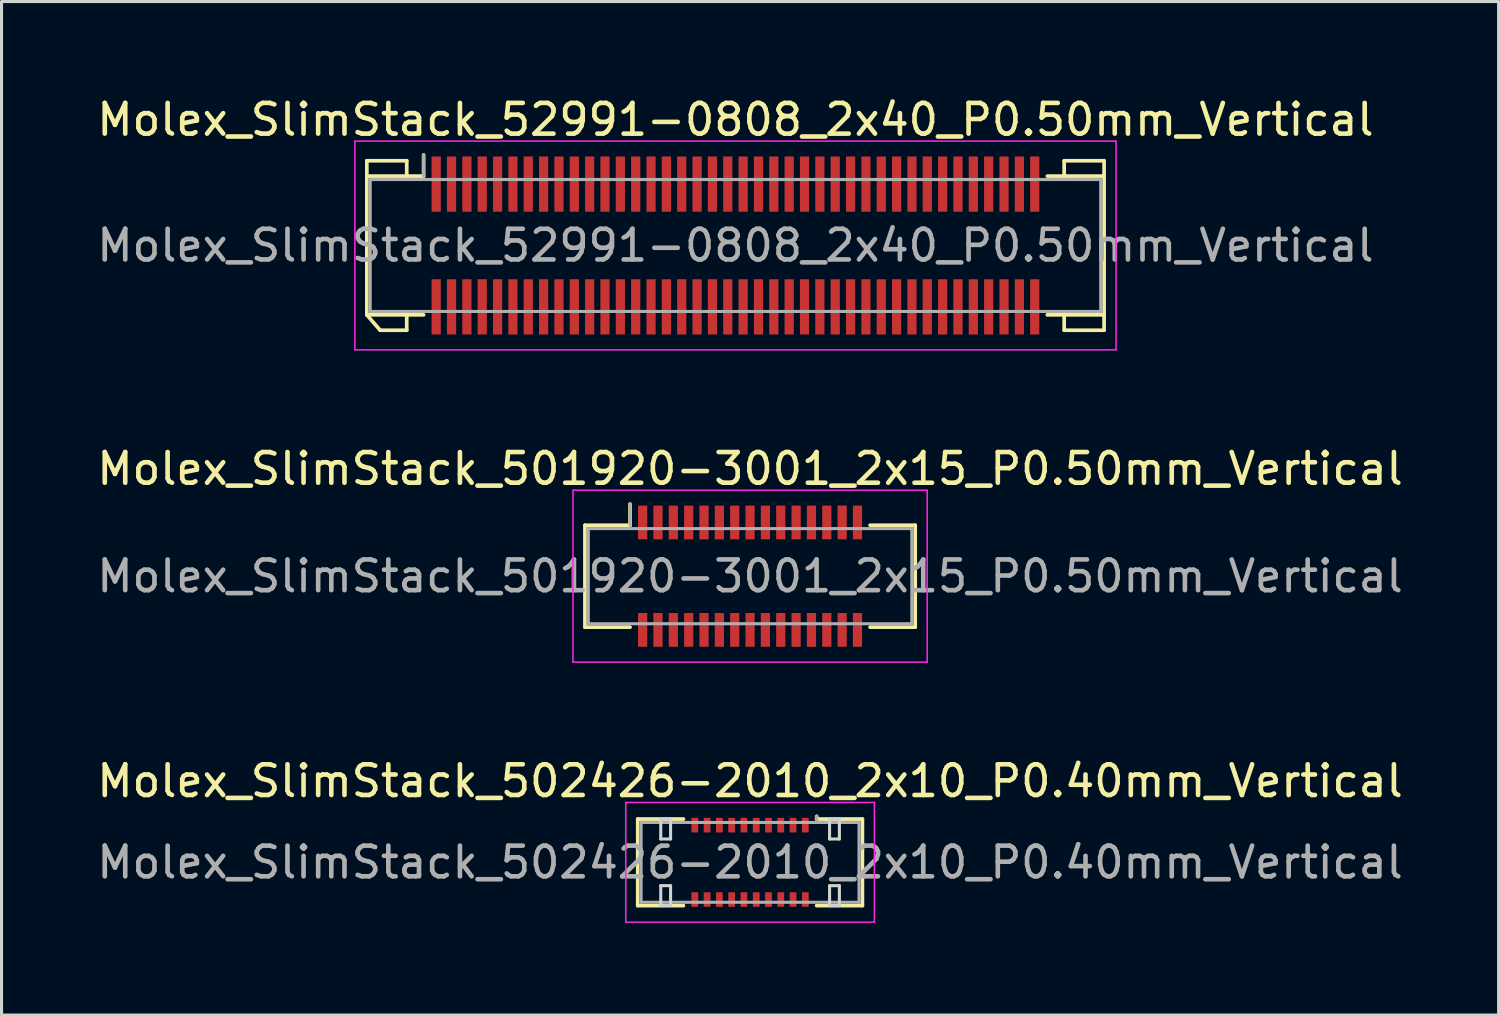
<source format=kicad_pcb>
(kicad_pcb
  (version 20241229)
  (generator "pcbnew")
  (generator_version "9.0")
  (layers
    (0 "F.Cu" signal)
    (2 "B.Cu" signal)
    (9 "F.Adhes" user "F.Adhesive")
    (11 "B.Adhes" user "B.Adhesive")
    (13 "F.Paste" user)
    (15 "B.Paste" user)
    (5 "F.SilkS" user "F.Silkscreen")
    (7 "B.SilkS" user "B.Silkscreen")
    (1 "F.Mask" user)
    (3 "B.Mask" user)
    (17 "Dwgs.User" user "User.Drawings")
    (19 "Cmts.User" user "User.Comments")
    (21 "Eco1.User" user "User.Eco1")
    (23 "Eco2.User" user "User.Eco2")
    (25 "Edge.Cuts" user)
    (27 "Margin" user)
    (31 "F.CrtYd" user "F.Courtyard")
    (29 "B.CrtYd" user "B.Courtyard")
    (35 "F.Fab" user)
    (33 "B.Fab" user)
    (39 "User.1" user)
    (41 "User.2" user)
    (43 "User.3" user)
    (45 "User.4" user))
  (footprint "Molex_SlimStack_52991-0808_2x40_P0.50mm_Vertical"
    (layer "F.Cu")
    (at 20.911 4.948)
    (property "Reference" "Molex_SlimStack_52991-0808_2x40_P0.50mm_Vertical" (at 0 -4.1 0) (layer "F.SilkS") (effects (font (size 1 1) (thickness 0.15))))
    (attr smd)
    (fp_line (start -12.01 -2.76) (end -10.71 -2.76) (stroke (width 0.12) (type solid)) (layer "F.SilkS"))
    (fp_line (start -12.01 -2.26) (end -12.01 -2.76) (stroke (width 0.12) (type solid)) (layer "F.SilkS"))
    (fp_line (start -12.01 -2.26) (end -10.16 -2.26) (stroke (width 0.12) (type solid)) (layer "F.SilkS"))
    (fp_line (start -12.01 2.26) (end -12.01 -2.26) (stroke (width 0.12) (type solid)) (layer "F.SilkS"))
    (fp_line (start -12.01 2.26) (end -11.577 2.76) (stroke (width 0.12) (type solid)) (layer "F.SilkS"))
    (fp_line (start -11.577 2.76) (end -10.71 2.76) (stroke (width 0.12) (type solid)) (layer "F.SilkS"))
    (fp_line (start -10.71 -2.76) (end -10.71 -2.26) (stroke (width 0.12) (type solid)) (layer "F.SilkS"))
    (fp_line (start -10.71 2.76) (end -10.71 2.26) (stroke (width 0.12) (type solid)) (layer "F.SilkS"))
    (fp_line (start -10.16 -2.26) (end -10.16 -2.95) (stroke (width 0.12) (type solid)) (layer "F.SilkS"))
    (fp_line (start -10.16 2.26) (end -12.01 2.26) (stroke (width 0.12) (type solid)) (layer "F.SilkS"))
    (fp_line (start 10.16 2.26) (end 12.01 2.26) (stroke (width 0.12) (type solid)) (layer "F.SilkS"))
    (fp_line (start 10.71 -2.76) (end 10.71 -2.26) (stroke (width 0.12) (type solid)) (layer "F.SilkS"))
    (fp_line (start 10.71 2.76) (end 10.71 2.26) (stroke (width 0.12) (type solid)) (layer "F.SilkS"))
    (fp_line (start 12.01 -2.76) (end 10.71 -2.76) (stroke (width 0.12) (type solid)) (layer "F.SilkS"))
    (fp_line (start 12.01 -2.26) (end 10.16 -2.26) (stroke (width 0.12) (type solid)) (layer "F.SilkS"))
    (fp_line (start 12.01 -2.26) (end 12.01 -2.76) (stroke (width 0.12) (type solid)) (layer "F.SilkS"))
    (fp_line (start 12.01 2.26) (end 12.01 -2.26) (stroke (width 0.12) (type solid)) (layer "F.SilkS"))
    (fp_line (start 12.01 2.26) (end 12.01 2.76) (stroke (width 0.12) (type solid)) (layer "F.SilkS"))
    (fp_line (start 12.01 2.76) (end 10.71 2.76) (stroke (width 0.12) (type solid)) (layer "F.SilkS"))
    (fp_line (start -12.4 -3.4) (end -12.4 3.4) (stroke (width 0.05) (type solid)) (layer "F.CrtYd"))
    (fp_line (start -12.4 3.4) (end 12.4 3.4) (stroke (width 0.05) (type solid)) (layer "F.CrtYd"))
    (fp_line (start 12.4 -3.4) (end -12.4 -3.4) (stroke (width 0.05) (type solid)) (layer "F.CrtYd"))
    (fp_line (start 12.4 3.4) (end 12.4 -3.4) (stroke (width 0.05) (type solid)) (layer "F.CrtYd"))
    (fp_line (start -11.9 -2.15) (end -11.9 2.15) (stroke (width 0.1) (type solid)) (layer "F.Fab"))
    (fp_line (start -11.9 2.15) (end 11.9 2.15) (stroke (width 0.1) (type solid)) (layer "F.Fab"))
    (fp_line (start -10.16 -2.26) (end -10.16 -2.95) (stroke (width 0.1) (type solid)) (layer "F.Fab"))
    (fp_line (start 11.9 -2.15) (end -11.9 -2.15) (stroke (width 0.1) (type solid)) (layer "F.Fab"))
    (fp_line (start 11.9 2.15) (end 11.9 -2.15) (stroke (width 0.1) (type solid)) (layer "F.Fab"))
    (fp_text user "${REFERENCE}" (at 0 0 0) (layer "F.Fab") (effects (font (size 1 1) (thickness 0.15))))
    (pad "1" smd rect (at -9.75 -2) (size 0.3 1.8) (layers "F.Cu" "F.Mask" "F.Paste"))
    (pad "2" smd rect (at -9.75 2) (size 0.3 1.8) (layers "F.Cu" "F.Mask" "F.Paste"))
    (pad "3" smd rect (at -9.25 -2) (size 0.3 1.8) (layers "F.Cu" "F.Mask" "F.Paste"))
    (pad "4" smd rect (at -9.25 2) (size 0.3 1.8) (layers "F.Cu" "F.Mask" "F.Paste"))
    (pad "5" smd rect (at -8.75 -2) (size 0.3 1.8) (layers "F.Cu" "F.Mask" "F.Paste"))
    (pad "6" smd rect (at -8.75 2) (size 0.3 1.8) (layers "F.Cu" "F.Mask" "F.Paste"))
    (pad "7" smd rect (at -8.25 -2) (size 0.3 1.8) (layers "F.Cu" "F.Mask" "F.Paste"))
    (pad "8" smd rect (at -8.25 2) (size 0.3 1.8) (layers "F.Cu" "F.Mask" "F.Paste"))
    (pad "9" smd rect (at -7.75 -2) (size 0.3 1.8) (layers "F.Cu" "F.Mask" "F.Paste"))
    (pad "10" smd rect (at -7.75 2) (size 0.3 1.8) (layers "F.Cu" "F.Mask" "F.Paste"))
    (pad "11" smd rect (at -7.25 -2) (size 0.3 1.8) (layers "F.Cu" "F.Mask" "F.Paste"))
    (pad "12" smd rect (at -7.25 2) (size 0.3 1.8) (layers "F.Cu" "F.Mask" "F.Paste"))
    (pad "13" smd rect (at -6.75 -2) (size 0.3 1.8) (layers "F.Cu" "F.Mask" "F.Paste"))
    (pad "14" smd rect (at -6.75 2) (size 0.3 1.8) (layers "F.Cu" "F.Mask" "F.Paste"))
    (pad "15" smd rect (at -6.25 -2) (size 0.3 1.8) (layers "F.Cu" "F.Mask" "F.Paste"))
    (pad "16" smd rect (at -6.25 2) (size 0.3 1.8) (layers "F.Cu" "F.Mask" "F.Paste"))
    (pad "17" smd rect (at -5.75 -2) (size 0.3 1.8) (layers "F.Cu" "F.Mask" "F.Paste"))
    (pad "18" smd rect (at -5.75 2) (size 0.3 1.8) (layers "F.Cu" "F.Mask" "F.Paste"))
    (pad "19" smd rect (at -5.25 -2) (size 0.3 1.8) (layers "F.Cu" "F.Mask" "F.Paste"))
    (pad "20" smd rect (at -5.25 2) (size 0.3 1.8) (layers "F.Cu" "F.Mask" "F.Paste"))
    (pad "21" smd rect (at -4.75 -2) (size 0.3 1.8) (layers "F.Cu" "F.Mask" "F.Paste"))
    (pad "22" smd rect (at -4.75 2) (size 0.3 1.8) (layers "F.Cu" "F.Mask" "F.Paste"))
    (pad "23" smd rect (at -4.25 -2) (size 0.3 1.8) (layers "F.Cu" "F.Mask" "F.Paste"))
    (pad "24" smd rect (at -4.25 2) (size 0.3 1.8) (layers "F.Cu" "F.Mask" "F.Paste"))
    (pad "25" smd rect (at -3.75 -2) (size 0.3 1.8) (layers "F.Cu" "F.Mask" "F.Paste"))
    (pad "26" smd rect (at -3.75 2) (size 0.3 1.8) (layers "F.Cu" "F.Mask" "F.Paste"))
    (pad "27" smd rect (at -3.25 -2) (size 0.3 1.8) (layers "F.Cu" "F.Mask" "F.Paste"))
    (pad "28" smd rect (at -3.25 2) (size 0.3 1.8) (layers "F.Cu" "F.Mask" "F.Paste"))
    (pad "29" smd rect (at -2.75 -2) (size 0.3 1.8) (layers "F.Cu" "F.Mask" "F.Paste"))
    (pad "30" smd rect (at -2.75 2) (size 0.3 1.8) (layers "F.Cu" "F.Mask" "F.Paste"))
    (pad "31" smd rect (at -2.25 -2) (size 0.3 1.8) (layers "F.Cu" "F.Mask" "F.Paste"))
    (pad "32" smd rect (at -2.25 2) (size 0.3 1.8) (layers "F.Cu" "F.Mask" "F.Paste"))
    (pad "33" smd rect (at -1.75 -2) (size 0.3 1.8) (layers "F.Cu" "F.Mask" "F.Paste"))
    (pad "34" smd rect (at -1.75 2) (size 0.3 1.8) (layers "F.Cu" "F.Mask" "F.Paste"))
    (pad "35" smd rect (at -1.25 -2) (size 0.3 1.8) (layers "F.Cu" "F.Mask" "F.Paste"))
    (pad "36" smd rect (at -1.25 2) (size 0.3 1.8) (layers "F.Cu" "F.Mask" "F.Paste"))
    (pad "37" smd rect (at -0.75 -2) (size 0.3 1.8) (layers "F.Cu" "F.Mask" "F.Paste"))
    (pad "38" smd rect (at -0.75 2) (size 0.3 1.8) (layers "F.Cu" "F.Mask" "F.Paste"))
    (pad "39" smd rect (at -0.25 -2) (size 0.3 1.8) (layers "F.Cu" "F.Mask" "F.Paste"))
    (pad "40" smd rect (at -0.25 2) (size 0.3 1.8) (layers "F.Cu" "F.Mask" "F.Paste"))
    (pad "41" smd rect (at 0.25 -2) (size 0.3 1.8) (layers "F.Cu" "F.Mask" "F.Paste"))
    (pad "42" smd rect (at 0.25 2) (size 0.3 1.8) (layers "F.Cu" "F.Mask" "F.Paste"))
    (pad "43" smd rect (at 0.75 -2) (size 0.3 1.8) (layers "F.Cu" "F.Mask" "F.Paste"))
    (pad "44" smd rect (at 0.75 2) (size 0.3 1.8) (layers "F.Cu" "F.Mask" "F.Paste"))
    (pad "45" smd rect (at 1.25 -2) (size 0.3 1.8) (layers "F.Cu" "F.Mask" "F.Paste"))
    (pad "46" smd rect (at 1.25 2) (size 0.3 1.8) (layers "F.Cu" "F.Mask" "F.Paste"))
    (pad "47" smd rect (at 1.75 -2) (size 0.3 1.8) (layers "F.Cu" "F.Mask" "F.Paste"))
    (pad "48" smd rect (at 1.75 2) (size 0.3 1.8) (layers "F.Cu" "F.Mask" "F.Paste"))
    (pad "49" smd rect (at 2.25 -2) (size 0.3 1.8) (layers "F.Cu" "F.Mask" "F.Paste"))
    (pad "50" smd rect (at 2.25 2) (size 0.3 1.8) (layers "F.Cu" "F.Mask" "F.Paste"))
    (pad "51" smd rect (at 2.75 -2) (size 0.3 1.8) (layers "F.Cu" "F.Mask" "F.Paste"))
    (pad "52" smd rect (at 2.75 2) (size 0.3 1.8) (layers "F.Cu" "F.Mask" "F.Paste"))
    (pad "53" smd rect (at 3.25 -2) (size 0.3 1.8) (layers "F.Cu" "F.Mask" "F.Paste"))
    (pad "54" smd rect (at 3.25 2) (size 0.3 1.8) (layers "F.Cu" "F.Mask" "F.Paste"))
    (pad "55" smd rect (at 3.75 -2) (size 0.3 1.8) (layers "F.Cu" "F.Mask" "F.Paste"))
    (pad "56" smd rect (at 3.75 2) (size 0.3 1.8) (layers "F.Cu" "F.Mask" "F.Paste"))
    (pad "57" smd rect (at 4.25 -2) (size 0.3 1.8) (layers "F.Cu" "F.Mask" "F.Paste"))
    (pad "58" smd rect (at 4.25 2) (size 0.3 1.8) (layers "F.Cu" "F.Mask" "F.Paste"))
    (pad "59" smd rect (at 4.75 -2) (size 0.3 1.8) (layers "F.Cu" "F.Mask" "F.Paste"))
    (pad "60" smd rect (at 4.75 2) (size 0.3 1.8) (layers "F.Cu" "F.Mask" "F.Paste"))
    (pad "61" smd rect (at 5.25 -2) (size 0.3 1.8) (layers "F.Cu" "F.Mask" "F.Paste"))
    (pad "62" smd rect (at 5.25 2) (size 0.3 1.8) (layers "F.Cu" "F.Mask" "F.Paste"))
    (pad "63" smd rect (at 5.75 -2) (size 0.3 1.8) (layers "F.Cu" "F.Mask" "F.Paste"))
    (pad "64" smd rect (at 5.75 2) (size 0.3 1.8) (layers "F.Cu" "F.Mask" "F.Paste"))
    (pad "65" smd rect (at 6.25 -2) (size 0.3 1.8) (layers "F.Cu" "F.Mask" "F.Paste"))
    (pad "66" smd rect (at 6.25 2) (size 0.3 1.8) (layers "F.Cu" "F.Mask" "F.Paste"))
    (pad "67" smd rect (at 6.75 -2) (size 0.3 1.8) (layers "F.Cu" "F.Mask" "F.Paste"))
    (pad "68" smd rect (at 6.75 2) (size 0.3 1.8) (layers "F.Cu" "F.Mask" "F.Paste"))
    (pad "69" smd rect (at 7.25 -2) (size 0.3 1.8) (layers "F.Cu" "F.Mask" "F.Paste"))
    (pad "70" smd rect (at 7.25 2) (size 0.3 1.8) (layers "F.Cu" "F.Mask" "F.Paste"))
    (pad "71" smd rect (at 7.75 -2) (size 0.3 1.8) (layers "F.Cu" "F.Mask" "F.Paste"))
    (pad "72" smd rect (at 7.75 2) (size 0.3 1.8) (layers "F.Cu" "F.Mask" "F.Paste"))
    (pad "73" smd rect (at 8.25 -2) (size 0.3 1.8) (layers "F.Cu" "F.Mask" "F.Paste"))
    (pad "74" smd rect (at 8.25 2) (size 0.3 1.8) (layers "F.Cu" "F.Mask" "F.Paste"))
    (pad "75" smd rect (at 8.75 -2) (size 0.3 1.8) (layers "F.Cu" "F.Mask" "F.Paste"))
    (pad "76" smd rect (at 8.75 2) (size 0.3 1.8) (layers "F.Cu" "F.Mask" "F.Paste"))
    (pad "77" smd rect (at 9.25 -2) (size 0.3 1.8) (layers "F.Cu" "F.Mask" "F.Paste"))
    (pad "78" smd rect (at 9.25 2) (size 0.3 1.8) (layers "F.Cu" "F.Mask" "F.Paste"))
    (pad "79" smd rect (at 9.75 -2) (size 0.3 1.8) (layers "F.Cu" "F.Mask" "F.Paste"))
    (pad "80" smd rect (at 9.75 2) (size 0.3 1.8) (layers "F.Cu" "F.Mask" "F.Paste")))
  (footprint "Molex_SlimStack_501920-3001_2x15_P0.50mm_Vertical"
    (layer "F.Cu")
    (at 21.387 15.722)
    (property "Reference" "Molex_SlimStack_501920-3001_2x15_P0.50mm_Vertical" (at 0 -3.5 0) (layer "F.SilkS") (effects (font (size 1 1) (thickness 0.15))))
    (attr smd)
    (fp_line (start -5.38 -1.66) (end -3.91 -1.66) (stroke (width 0.12) (type solid)) (layer "F.SilkS"))
    (fp_line (start -5.38 1.66) (end -5.38 -1.66) (stroke (width 0.12) (type solid)) (layer "F.SilkS"))
    (fp_line (start -3.91 -1.66) (end -3.91 -2.35) (stroke (width 0.12) (type solid)) (layer "F.SilkS"))
    (fp_line (start -3.91 1.66) (end -5.38 1.66) (stroke (width 0.12) (type solid)) (layer "F.SilkS"))
    (fp_line (start 3.91 1.66) (end 5.38 1.66) (stroke (width 0.12) (type solid)) (layer "F.SilkS"))
    (fp_line (start 5.38 -1.66) (end 3.91 -1.66) (stroke (width 0.12) (type solid)) (layer "F.SilkS"))
    (fp_line (start 5.38 1.66) (end 5.38 -1.66) (stroke (width 0.12) (type solid)) (layer "F.SilkS"))
    (fp_line (start -5.77 -2.8) (end -5.77 2.8) (stroke (width 0.05) (type solid)) (layer "F.CrtYd"))
    (fp_line (start -5.77 2.8) (end 5.77 2.8) (stroke (width 0.05) (type solid)) (layer "F.CrtYd"))
    (fp_line (start 5.77 -2.8) (end -5.77 -2.8) (stroke (width 0.05) (type solid)) (layer "F.CrtYd"))
    (fp_line (start 5.77 2.8) (end 5.77 -2.8) (stroke (width 0.05) (type solid)) (layer "F.CrtYd"))
    (fp_line (start -5.27 -1.55) (end -5.27 1.55) (stroke (width 0.1) (type solid)) (layer "F.Fab"))
    (fp_line (start -5.27 1.55) (end 5.27 1.55) (stroke (width 0.1) (type solid)) (layer "F.Fab"))
    (fp_line (start -3.91 -1.66) (end -3.91 -2.35) (stroke (width 0.1) (type solid)) (layer "F.Fab"))
    (fp_line (start 5.27 -1.55) (end -5.27 -1.55) (stroke (width 0.1) (type solid)) (layer "F.Fab"))
    (fp_line (start 5.27 1.55) (end 5.27 -1.55) (stroke (width 0.1) (type solid)) (layer "F.Fab"))
    (fp_text user "${REFERENCE}" (at 0 0 0) (layer "F.Fab") (effects (font (size 1 1) (thickness 0.15))))
    (pad "1" smd rect (at -3.5 -1.75) (size 0.3 1.1) (layers "F.Cu" "F.Mask" "F.Paste"))
    (pad "2" smd rect (at -3.5 1.75) (size 0.3 1.1) (layers "F.Cu" "F.Mask" "F.Paste"))
    (pad "3" smd rect (at -3 -1.75) (size 0.3 1.1) (layers "F.Cu" "F.Mask" "F.Paste"))
    (pad "4" smd rect (at -3 1.75) (size 0.3 1.1) (layers "F.Cu" "F.Mask" "F.Paste"))
    (pad "5" smd rect (at -2.5 -1.75) (size 0.3 1.1) (layers "F.Cu" "F.Mask" "F.Paste"))
    (pad "6" smd rect (at -2.5 1.75) (size 0.3 1.1) (layers "F.Cu" "F.Mask" "F.Paste"))
    (pad "7" smd rect (at -2 -1.75) (size 0.3 1.1) (layers "F.Cu" "F.Mask" "F.Paste"))
    (pad "8" smd rect (at -2 1.75) (size 0.3 1.1) (layers "F.Cu" "F.Mask" "F.Paste"))
    (pad "9" smd rect (at -1.5 -1.75) (size 0.3 1.1) (layers "F.Cu" "F.Mask" "F.Paste"))
    (pad "10" smd rect (at -1.5 1.75) (size 0.3 1.1) (layers "F.Cu" "F.Mask" "F.Paste"))
    (pad "11" smd rect (at -1 -1.75) (size 0.3 1.1) (layers "F.Cu" "F.Mask" "F.Paste"))
    (pad "12" smd rect (at -1 1.75) (size 0.3 1.1) (layers "F.Cu" "F.Mask" "F.Paste"))
    (pad "13" smd rect (at -0.5 -1.75) (size 0.3 1.1) (layers "F.Cu" "F.Mask" "F.Paste"))
    (pad "14" smd rect (at -0.5 1.75) (size 0.3 1.1) (layers "F.Cu" "F.Mask" "F.Paste"))
    (pad "15" smd rect (at 0 -1.75) (size 0.3 1.1) (layers "F.Cu" "F.Mask" "F.Paste"))
    (pad "16" smd rect (at 0 1.75) (size 0.3 1.1) (layers "F.Cu" "F.Mask" "F.Paste"))
    (pad "17" smd rect (at 0.5 -1.75) (size 0.3 1.1) (layers "F.Cu" "F.Mask" "F.Paste"))
    (pad "18" smd rect (at 0.5 1.75) (size 0.3 1.1) (layers "F.Cu" "F.Mask" "F.Paste"))
    (pad "19" smd rect (at 1 -1.75) (size 0.3 1.1) (layers "F.Cu" "F.Mask" "F.Paste"))
    (pad "20" smd rect (at 1 1.75) (size 0.3 1.1) (layers "F.Cu" "F.Mask" "F.Paste"))
    (pad "21" smd rect (at 1.5 -1.75) (size 0.3 1.1) (layers "F.Cu" "F.Mask" "F.Paste"))
    (pad "22" smd rect (at 1.5 1.75) (size 0.3 1.1) (layers "F.Cu" "F.Mask" "F.Paste"))
    (pad "23" smd rect (at 2 -1.75) (size 0.3 1.1) (layers "F.Cu" "F.Mask" "F.Paste"))
    (pad "24" smd rect (at 2 1.75) (size 0.3 1.1) (layers "F.Cu" "F.Mask" "F.Paste"))
    (pad "25" smd rect (at 2.5 -1.75) (size 0.3 1.1) (layers "F.Cu" "F.Mask" "F.Paste"))
    (pad "26" smd rect (at 2.5 1.75) (size 0.3 1.1) (layers "F.Cu" "F.Mask" "F.Paste"))
    (pad "27" smd rect (at 3 -1.75) (size 0.3 1.1) (layers "F.Cu" "F.Mask" "F.Paste"))
    (pad "28" smd rect (at 3 1.75) (size 0.3 1.1) (layers "F.Cu" "F.Mask" "F.Paste"))
    (pad "29" smd rect (at 3.5 -1.75) (size 0.3 1.1) (layers "F.Cu" "F.Mask" "F.Paste"))
    (pad "30" smd rect (at 3.5 1.75) (size 0.3 1.1) (layers "F.Cu" "F.Mask" "F.Paste")))
  (footprint "Molex_SlimStack_502426-2010_2x10_P0.40mm_Vertical"
    (layer "F.Cu")
    (at 21.387 25.045)
    (property "Reference" "Molex_SlimStack_502426-2010_2x10_P0.40mm_Vertical" (at 0 -2.65 0) (layer "F.SilkS") (effects (font (size 1 1) (thickness 0.15))))
    (attr smd)
    (fp_line (start -3.66 -1.41) (end -2.17 -1.41) (stroke (width 0.12) (type solid)) (layer "F.SilkS"))
    (fp_line (start -3.66 1.41) (end -3.66 -1.41) (stroke (width 0.12) (type solid)) (layer "F.SilkS"))
    (fp_line (start -2.17 1.41) (end -3.66 1.41) (stroke (width 0.12) (type solid)) (layer "F.SilkS"))
    (fp_line (start 2.17 -1.41) (end 2.17 -1.5) (stroke (width 0.12) (type solid)) (layer "F.SilkS"))
    (fp_line (start 2.17 1.41) (end 3.66 1.41) (stroke (width 0.12) (type solid)) (layer "F.SilkS"))
    (fp_line (start 3.66 -1.41) (end 2.17 -1.41) (stroke (width 0.12) (type solid)) (layer "F.SilkS"))
    (fp_line (start 3.66 1.41) (end 3.66 -1.41) (stroke (width 0.12) (type solid)) (layer "F.SilkS"))
    (fp_line (start -2.91 -1.41) (end -2.91 -0.76) (stroke (width 0.1) (type solid)) (layer "Edge.Cuts"))
    (fp_line (start -2.91 -0.76) (end -2.59 -0.76) (stroke (width 0.1) (type solid)) (layer "Edge.Cuts"))
    (fp_line (start -2.91 0.76) (end -2.91 1.41) (stroke (width 0.1) (type solid)) (layer "Edge.Cuts"))
    (fp_line (start -2.91 1.41) (end -2.59 1.41) (stroke (width 0.1) (type solid)) (layer "Edge.Cuts"))
    (fp_line (start -2.59 -1.41) (end -2.91 -1.41) (stroke (width 0.1) (type solid)) (layer "Edge.Cuts"))
    (fp_line (start -2.59 -0.76) (end -2.59 -1.41) (stroke (width 0.1) (type solid)) (layer "Edge.Cuts"))
    (fp_line (start -2.59 0.76) (end -2.91 0.76) (stroke (width 0.1) (type solid)) (layer "Edge.Cuts"))
    (fp_line (start -2.59 1.41) (end -2.59 0.76) (stroke (width 0.1) (type solid)) (layer "Edge.Cuts"))
    (fp_line (start 2.59 -1.41) (end 2.59 -0.76) (stroke (width 0.1) (type solid)) (layer "Edge.Cuts"))
    (fp_line (start 2.59 -0.76) (end 2.91 -0.76) (stroke (width 0.1) (type solid)) (layer "Edge.Cuts"))
    (fp_line (start 2.59 0.76) (end 2.59 1.41) (stroke (width 0.1) (type solid)) (layer "Edge.Cuts"))
    (fp_line (start 2.59 1.41) (end 2.91 1.41) (stroke (width 0.1) (type solid)) (layer "Edge.Cuts"))
    (fp_line (start 2.91 -1.41) (end 2.59 -1.41) (stroke (width 0.1) (type solid)) (layer "Edge.Cuts"))
    (fp_line (start 2.91 -0.76) (end 2.91 -1.41) (stroke (width 0.1) (type solid)) (layer "Edge.Cuts"))
    (fp_line (start 2.91 0.76) (end 2.59 0.76) (stroke (width 0.1) (type solid)) (layer "Edge.Cuts"))
    (fp_line (start 2.91 1.41) (end 2.91 0.76) (stroke (width 0.1) (type solid)) (layer "Edge.Cuts"))
    (fp_line (start -4.05 -1.95) (end -4.05 1.95) (stroke (width 0.05) (type solid)) (layer "F.CrtYd"))
    (fp_line (start -4.05 1.95) (end 4.05 1.95) (stroke (width 0.05) (type solid)) (layer "F.CrtYd"))
    (fp_line (start 4.05 -1.95) (end -4.05 -1.95) (stroke (width 0.05) (type solid)) (layer "F.CrtYd"))
    (fp_line (start 4.05 1.95) (end 4.05 -1.95) (stroke (width 0.05) (type solid)) (layer "F.CrtYd"))
    (fp_line (start -3.55 -1.3) (end -3.55 1.3) (stroke (width 0.1) (type solid)) (layer "F.Fab"))
    (fp_line (start -3.55 1.3) (end 3.55 1.3) (stroke (width 0.1) (type solid)) (layer "F.Fab"))
    (fp_line (start 2.17 -1.3) (end 2.17 -1.5) (stroke (width 0.1) (type solid)) (layer "F.Fab"))
    (fp_line (start 3.55 -1.3) (end -3.55 -1.3) (stroke (width 0.1) (type solid)) (layer "F.Fab"))
    (fp_line (start 3.55 1.3) (end 3.55 -1.3) (stroke (width 0.1) (type solid)) (layer "F.Fab"))
    (fp_text user "${REFERENCE}" (at 0 0 0) (layer "F.Fab") (effects (font (size 1 1) (thickness 0.15))))
    (pad "1" smd rect (at 1.8 -1.212) (size 0.22 0.475) (layers "F.Cu" "F.Mask" "F.Paste"))
    (pad "2" smd rect (at 1.8 1.212) (size 0.22 0.475) (layers "F.Cu" "F.Mask" "F.Paste"))
    (pad "3" smd rect (at 1.4 -1.212) (size 0.22 0.475) (layers "F.Cu" "F.Mask" "F.Paste"))
    (pad "4" smd rect (at 1.4 1.212) (size 0.22 0.475) (layers "F.Cu" "F.Mask" "F.Paste"))
    (pad "5" smd rect (at 1 -1.212) (size 0.22 0.475) (layers "F.Cu" "F.Mask" "F.Paste"))
    (pad "6" smd rect (at 1 1.212) (size 0.22 0.475) (layers "F.Cu" "F.Mask" "F.Paste"))
    (pad "7" smd rect (at 0.6 -1.212) (size 0.22 0.475) (layers "F.Cu" "F.Mask" "F.Paste"))
    (pad "8" smd rect (at 0.6 1.212) (size 0.22 0.475) (layers "F.Cu" "F.Mask" "F.Paste"))
    (pad "9" smd rect (at 0.2 -1.212) (size 0.22 0.475) (layers "F.Cu" "F.Mask" "F.Paste"))
    (pad "10" smd rect (at 0.2 1.212) (size 0.22 0.475) (layers "F.Cu" "F.Mask" "F.Paste"))
    (pad "11" smd rect (at -0.2 -1.212) (size 0.22 0.475) (layers "F.Cu" "F.Mask" "F.Paste"))
    (pad "12" smd rect (at -0.2 1.212) (size 0.22 0.475) (layers "F.Cu" "F.Mask" "F.Paste"))
    (pad "13" smd rect (at -0.6 -1.212) (size 0.22 0.475) (layers "F.Cu" "F.Mask" "F.Paste"))
    (pad "14" smd rect (at -0.6 1.212) (size 0.22 0.475) (layers "F.Cu" "F.Mask" "F.Paste"))
    (pad "15" smd rect (at -1 -1.212) (size 0.22 0.475) (layers "F.Cu" "F.Mask" "F.Paste"))
    (pad "16" smd rect (at -1 1.212) (size 0.22 0.475) (layers "F.Cu" "F.Mask" "F.Paste"))
    (pad "17" smd rect (at -1.4 -1.212) (size 0.22 0.475) (layers "F.Cu" "F.Mask" "F.Paste"))
    (pad "18" smd rect (at -1.4 1.212) (size 0.22 0.475) (layers "F.Cu" "F.Mask" "F.Paste"))
    (pad "19" smd rect (at -1.8 -1.212) (size 0.22 0.475) (layers "F.Cu" "F.Mask" "F.Paste"))
    (pad "20" smd rect (at -1.8 1.212) (size 0.22 0.475) (layers "F.Cu" "F.Mask" "F.Paste")))
  (gr_rect
    (start -3 -3)
    (end 45.774 30.02)
    (stroke (width 0.1) (type default))
    (fill no)
    (layer "Edge.Cuts")))
</source>
